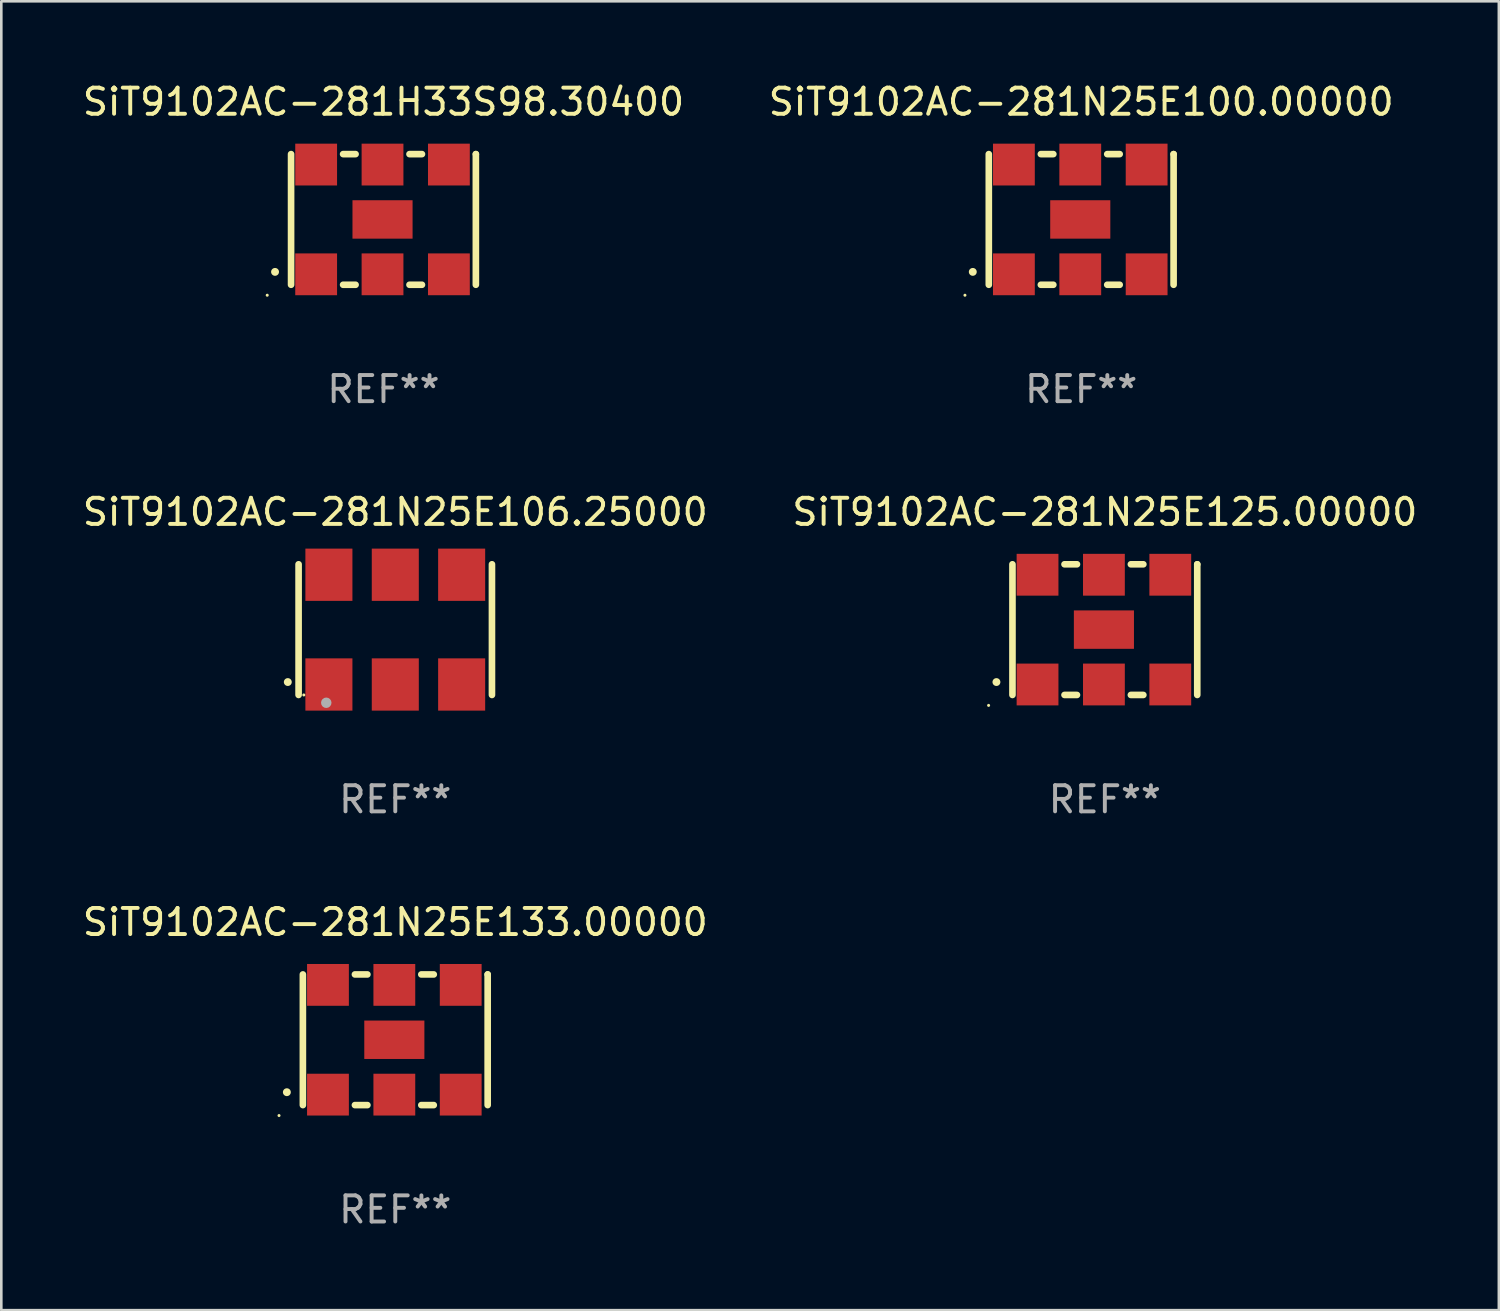
<source format=kicad_pcb>
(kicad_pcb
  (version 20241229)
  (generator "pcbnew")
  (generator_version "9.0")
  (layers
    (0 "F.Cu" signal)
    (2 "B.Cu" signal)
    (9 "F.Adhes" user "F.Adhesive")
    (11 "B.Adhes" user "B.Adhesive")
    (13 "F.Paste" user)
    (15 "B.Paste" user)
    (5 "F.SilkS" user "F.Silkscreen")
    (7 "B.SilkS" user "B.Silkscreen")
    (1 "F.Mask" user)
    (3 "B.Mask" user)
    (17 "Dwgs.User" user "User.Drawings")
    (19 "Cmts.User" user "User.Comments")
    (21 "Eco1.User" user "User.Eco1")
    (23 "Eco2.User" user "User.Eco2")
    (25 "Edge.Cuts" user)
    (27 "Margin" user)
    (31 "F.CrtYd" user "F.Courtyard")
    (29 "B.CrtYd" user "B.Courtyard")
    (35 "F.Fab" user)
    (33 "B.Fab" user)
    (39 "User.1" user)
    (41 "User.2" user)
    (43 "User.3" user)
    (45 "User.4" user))
  (footprint "SiT9102AC-281N25E125.00000"
    (layer "F.Cu")
    (at 39.232 21.045)
    (property "Reference" "SiT9102AC-281N25E125.00000" (at 0 -4.5 0) (layer "F.SilkS") (effects (font (size 1 1) (thickness 0.15))))
    (attr through_hole)
    (fp_line (start -3.536 -2.5) (end -3.536 2.5) (stroke (width 0.254) (type solid)) (layer "F.SilkS"))
    (fp_line (start -1.544 2.5) (end -1.067 2.5) (stroke (width 0.254) (type solid)) (layer "F.SilkS"))
    (fp_line (start -1.067 -2.5) (end -1.544 -2.5) (stroke (width 0.254) (type solid)) (layer "F.SilkS"))
    (fp_line (start 0.996 2.5) (end 1.473 2.5) (stroke (width 0.254) (type solid)) (layer "F.SilkS"))
    (fp_line (start 1.473 -2.5) (end 0.996 -2.5) (stroke (width 0.254) (type solid)) (layer "F.SilkS"))
    (fp_line (start 3.536 -2.5) (end 3.536 -2.5) (stroke (width 0.254) (type solid)) (layer "F.SilkS"))
    (fp_line (start 3.536 2.5) (end 3.536 -2.5) (stroke (width 0.254) (type solid)) (layer "F.SilkS"))
    (fp_arc (start -4.150432 2.006604) (mid -4.149162 2.006599) (end -4.147892 2.006604) (stroke (width 0.3) (type solid)) (layer "F.SilkS"))
    (fp_circle (center -4.449 2.9) (end -4.419 2.9) (stroke (width 0.06) (type solid)) (fill no) (layer "F.SilkS"))
    (fp_text user "REF**" (at 0 6.5 0) (layer "F.Fab") (effects (font (size 1 1) (thickness 0.15))))
    (pad "1" smd rect (at -2.576 2.1) (size 1.6 1.6) (layers "F.Cu" "F.Mask" "F.Paste"))
    (pad "2" smd rect (at -0.036 2.1) (size 1.6 1.6) (layers "F.Cu" "F.Mask" "F.Paste"))
    (pad "3" smd rect (at 2.504 2.1) (size 1.6 1.6) (layers "F.Cu" "F.Mask" "F.Paste"))
    (pad "4" smd rect (at 2.504 -2.1) (size 1.6 1.6) (layers "F.Cu" "F.Mask" "F.Paste"))
    (pad "5" smd rect (at -0.036 -2.1) (size 1.6 1.6) (layers "F.Cu" "F.Mask" "F.Paste"))
    (pad "6" smd rect (at -2.576 -2.1) (size 1.6 1.6) (layers "F.Cu" "F.Mask" "F.Paste"))
    (pad "7" smd rect (at -0.036 0) (size 2.3 1.47) (layers "F.Cu" "F.Mask" "F.Paste")))
  (footprint "SiT9102AC-281N25E100.00000"
    (layer "F.Cu")
    (at 38.327 5.348)
    (property "Reference" "SiT9102AC-281N25E100.00000" (at 0 -4.5 0) (layer "F.SilkS") (effects (font (size 1 1) (thickness 0.15))))
    (attr through_hole)
    (fp_line (start -3.536 -2.5) (end -3.536 2.5) (stroke (width 0.254) (type solid)) (layer "F.SilkS"))
    (fp_line (start -1.544 2.5) (end -1.067 2.5) (stroke (width 0.254) (type solid)) (layer "F.SilkS"))
    (fp_line (start -1.067 -2.5) (end -1.544 -2.5) (stroke (width 0.254) (type solid)) (layer "F.SilkS"))
    (fp_line (start 0.996 2.5) (end 1.473 2.5) (stroke (width 0.254) (type solid)) (layer "F.SilkS"))
    (fp_line (start 1.473 -2.5) (end 0.996 -2.5) (stroke (width 0.254) (type solid)) (layer "F.SilkS"))
    (fp_line (start 3.536 -2.5) (end 3.536 -2.5) (stroke (width 0.254) (type solid)) (layer "F.SilkS"))
    (fp_line (start 3.536 2.5) (end 3.536 -2.5) (stroke (width 0.254) (type solid)) (layer "F.SilkS"))
    (fp_arc (start -4.150432 2.006604) (mid -4.149162 2.006599) (end -4.147892 2.006604) (stroke (width 0.3) (type solid)) (layer "F.SilkS"))
    (fp_circle (center -4.449 2.9) (end -4.419 2.9) (stroke (width 0.06) (type solid)) (fill no) (layer "F.SilkS"))
    (fp_text user "REF**" (at 0 6.5 0) (layer "F.Fab") (effects (font (size 1 1) (thickness 0.15))))
    (pad "1" smd rect (at -2.576 2.1) (size 1.6 1.6) (layers "F.Cu" "F.Mask" "F.Paste"))
    (pad "2" smd rect (at -0.036 2.1) (size 1.6 1.6) (layers "F.Cu" "F.Mask" "F.Paste"))
    (pad "3" smd rect (at 2.504 2.1) (size 1.6 1.6) (layers "F.Cu" "F.Mask" "F.Paste"))
    (pad "4" smd rect (at 2.504 -2.1) (size 1.6 1.6) (layers "F.Cu" "F.Mask" "F.Paste"))
    (pad "5" smd rect (at -0.036 -2.1) (size 1.6 1.6) (layers "F.Cu" "F.Mask" "F.Paste"))
    (pad "6" smd rect (at -2.576 -2.1) (size 1.6 1.6) (layers "F.Cu" "F.Mask" "F.Paste"))
    (pad "7" smd rect (at -0.036 0) (size 2.3 1.47) (layers "F.Cu" "F.Mask" "F.Paste")))
  (footprint "SiT9102AC-281N25E133.00000"
    (layer "F.Cu")
    (at 12.077 36.741)
    (property "Reference" "SiT9102AC-281N25E133.00000" (at 0 -4.5 0) (layer "F.SilkS") (effects (font (size 1 1) (thickness 0.15))))
    (attr through_hole)
    (fp_line (start -3.536 -2.5) (end -3.536 2.5) (stroke (width 0.254) (type solid)) (layer "F.SilkS"))
    (fp_line (start -1.544 2.5) (end -1.067 2.5) (stroke (width 0.254) (type solid)) (layer "F.SilkS"))
    (fp_line (start -1.067 -2.5) (end -1.544 -2.5) (stroke (width 0.254) (type solid)) (layer "F.SilkS"))
    (fp_line (start 0.996 2.5) (end 1.473 2.5) (stroke (width 0.254) (type solid)) (layer "F.SilkS"))
    (fp_line (start 1.473 -2.5) (end 0.996 -2.5) (stroke (width 0.254) (type solid)) (layer "F.SilkS"))
    (fp_line (start 3.536 -2.5) (end 3.536 -2.5) (stroke (width 0.254) (type solid)) (layer "F.SilkS"))
    (fp_line (start 3.536 2.5) (end 3.536 -2.5) (stroke (width 0.254) (type solid)) (layer "F.SilkS"))
    (fp_arc (start -4.150432 2.006604) (mid -4.149162 2.006599) (end -4.147892 2.006604) (stroke (width 0.3) (type solid)) (layer "F.SilkS"))
    (fp_circle (center -4.449 2.9) (end -4.419 2.9) (stroke (width 0.06) (type solid)) (fill no) (layer "F.SilkS"))
    (fp_text user "REF**" (at 0 6.5 0) (layer "F.Fab") (effects (font (size 1 1) (thickness 0.15))))
    (pad "1" smd rect (at -2.576 2.1) (size 1.6 1.6) (layers "F.Cu" "F.Mask" "F.Paste"))
    (pad "2" smd rect (at -0.036 2.1) (size 1.6 1.6) (layers "F.Cu" "F.Mask" "F.Paste"))
    (pad "3" smd rect (at 2.504 2.1) (size 1.6 1.6) (layers "F.Cu" "F.Mask" "F.Paste"))
    (pad "4" smd rect (at 2.504 -2.1) (size 1.6 1.6) (layers "F.Cu" "F.Mask" "F.Paste"))
    (pad "5" smd rect (at -0.036 -2.1) (size 1.6 1.6) (layers "F.Cu" "F.Mask" "F.Paste"))
    (pad "6" smd rect (at -2.576 -2.1) (size 1.6 1.6) (layers "F.Cu" "F.Mask" "F.Paste"))
    (pad "7" smd rect (at -0.036 0) (size 2.3 1.47) (layers "F.Cu" "F.Mask" "F.Paste")))
  (footprint "SiT9102AC-281N25E106.25000"
    (layer "F.Cu")
    (at 12.077 21.045)
    (property "Reference" "SiT9102AC-281N25E106.25000" (at 0 -4.5 0) (layer "F.SilkS") (effects (font (size 1 1) (thickness 0.15))))
    (attr through_hole)
    (fp_line (start -3.7 -2.5) (end -3.7 2.5) (stroke (width 0.254) (type solid)) (layer "F.SilkS"))
    (fp_line (start 3.7 -2.5) (end 3.7 2.5) (stroke (width 0.254) (type solid)) (layer "F.SilkS"))
    (fp_arc (start -4.114415 2.006604) (mid -4.113145 2.006599) (end -4.111875 2.006604) (stroke (width 0.3) (type solid)) (layer "F.SilkS"))
    (fp_circle (center -3.5 2.501) (end -3.47 2.501) (stroke (width 0.06) (type solid)) (fill no) (layer "F.SilkS"))
    (fp_circle (center -2.641 2.799) (end -2.541 2.799) (stroke (width 0.2) (type solid)) (fill no) (layer "F.Fab"))
    (fp_text user "REF**" (at 0 6.5 0) (layer "F.Fab") (effects (font (size 1 1) (thickness 0.15))))
    (pad "1" smd rect (at -2.54 2.1) (size 1.8 2) (layers "F.Cu" "F.Mask" "F.Paste"))
    (pad "2" smd rect (at 0.000394 2.1) (size 1.8 2) (layers "F.Cu" "F.Mask" "F.Paste"))
    (pad "3" smd rect (at 2.54 2.1) (size 1.8 2) (layers "F.Cu" "F.Mask" "F.Paste"))
    (pad "4" smd rect (at 2.54 -2.1) (size 1.8 2) (layers "F.Cu" "F.Mask" "F.Paste"))
    (pad "5" smd rect (at 0.000394 -2.1) (size 1.8 2) (layers "F.Cu" "F.Mask" "F.Paste"))
    (pad "6" smd rect (at -2.54 -2.1) (size 1.8 2) (layers "F.Cu" "F.Mask" "F.Paste")))
  (footprint "SiT9102AC-281H33S98.30400"
    (layer "F.Cu")
    (at 11.625 5.348)
    (property "Reference" "SiT9102AC-281H33S98.30400" (at 0 -4.5 0) (layer "F.SilkS") (effects (font (size 1 1) (thickness 0.15))))
    (attr through_hole)
    (fp_line (start -3.536 -2.5) (end -3.536 2.5) (stroke (width 0.254) (type solid)) (layer "F.SilkS"))
    (fp_line (start -1.544 2.5) (end -1.067 2.5) (stroke (width 0.254) (type solid)) (layer "F.SilkS"))
    (fp_line (start -1.067 -2.5) (end -1.544 -2.5) (stroke (width 0.254) (type solid)) (layer "F.SilkS"))
    (fp_line (start 0.996 2.5) (end 1.473 2.5) (stroke (width 0.254) (type solid)) (layer "F.SilkS"))
    (fp_line (start 1.473 -2.5) (end 0.996 -2.5) (stroke (width 0.254) (type solid)) (layer "F.SilkS"))
    (fp_line (start 3.536 -2.5) (end 3.536 -2.5) (stroke (width 0.254) (type solid)) (layer "F.SilkS"))
    (fp_line (start 3.536 2.5) (end 3.536 -2.5) (stroke (width 0.254) (type solid)) (layer "F.SilkS"))
    (fp_arc (start -4.150432 2.006604) (mid -4.149162 2.006599) (end -4.147892 2.006604) (stroke (width 0.3) (type solid)) (layer "F.SilkS"))
    (fp_circle (center -4.449 2.9) (end -4.419 2.9) (stroke (width 0.06) (type solid)) (fill no) (layer "F.SilkS"))
    (fp_text user "REF**" (at 0 6.5 0) (layer "F.Fab") (effects (font (size 1 1) (thickness 0.15))))
    (pad "1" smd rect (at -2.576 2.1) (size 1.6 1.6) (layers "F.Cu" "F.Mask" "F.Paste"))
    (pad "2" smd rect (at -0.036 2.1) (size 1.6 1.6) (layers "F.Cu" "F.Mask" "F.Paste"))
    (pad "3" smd rect (at 2.504 2.1) (size 1.6 1.6) (layers "F.Cu" "F.Mask" "F.Paste"))
    (pad "4" smd rect (at 2.504 -2.1) (size 1.6 1.6) (layers "F.Cu" "F.Mask" "F.Paste"))
    (pad "5" smd rect (at -0.036 -2.1) (size 1.6 1.6) (layers "F.Cu" "F.Mask" "F.Paste"))
    (pad "6" smd rect (at -2.576 -2.1) (size 1.6 1.6) (layers "F.Cu" "F.Mask" "F.Paste"))
    (pad "7" smd rect (at -0.036 0) (size 2.3 1.47) (layers "F.Cu" "F.Mask" "F.Paste")))
  (gr_rect
    (start -3 -3)
    (end 54.31 47.09)
    (stroke (width 0.1) (type default))
    (fill no)
    (layer "Edge.Cuts")))
</source>
